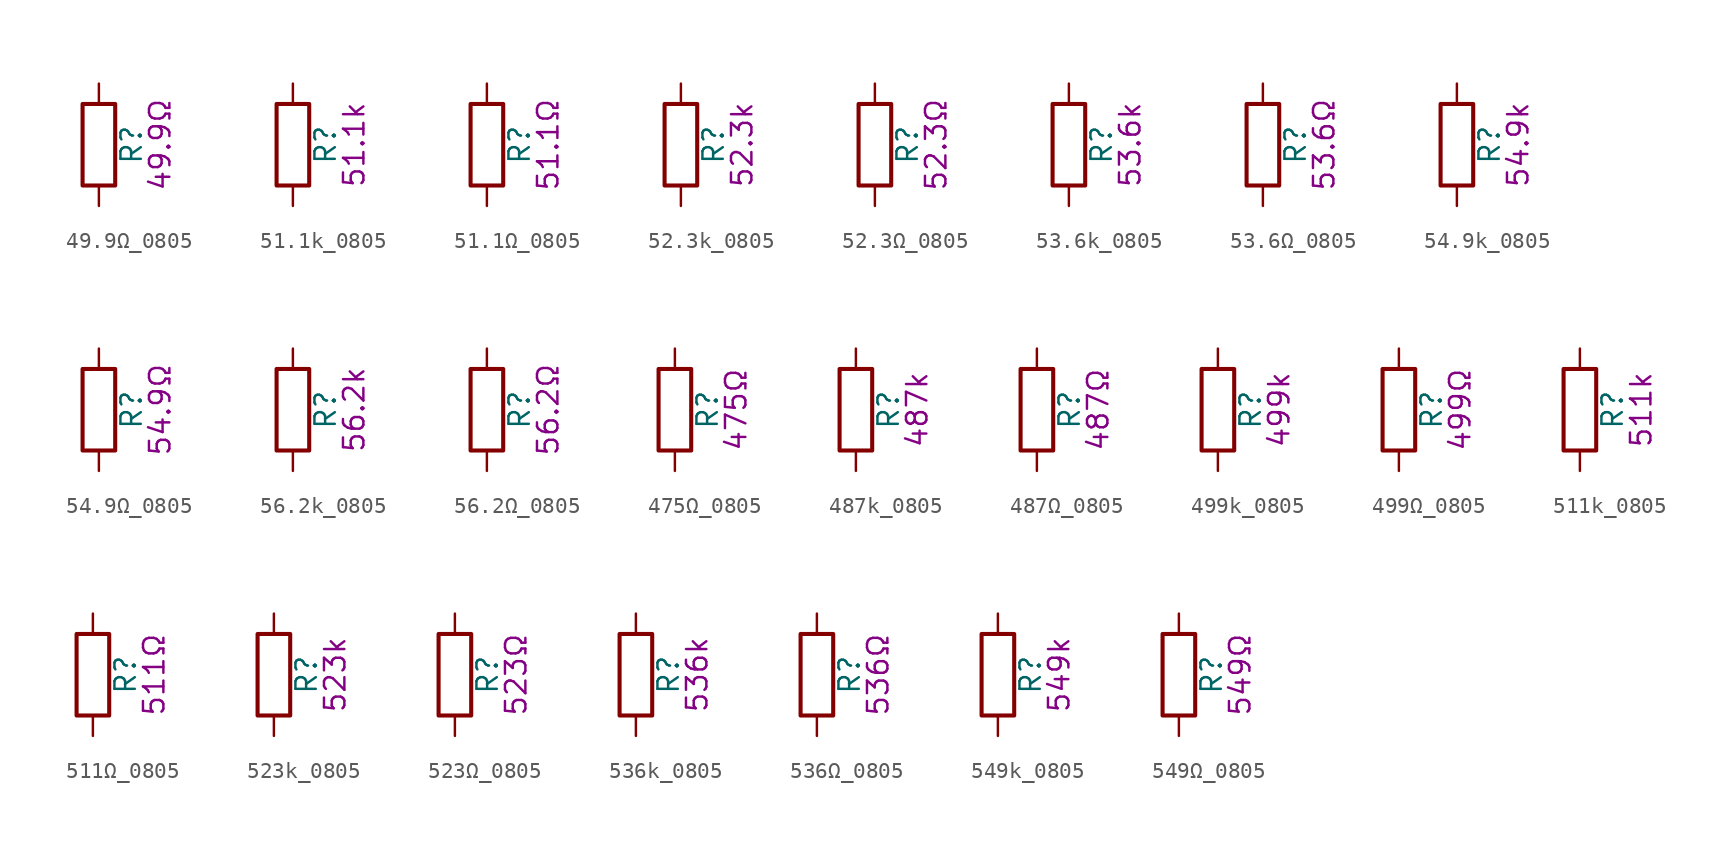
<source format=kicad_sym>
(kicad_symbol_lib
  (version 20211014)
  (generator kicad_symbol_editor)
  (symbol "49.9Ω_0805"
    (pin_numbers hide)
    (pin_names
      (offset 0))
    (property "Reference" "R"
      (at 2.032 0 90)
      (effects (font (size 1.27 1.27))))
    (property "Display" "49.9Ω"
      (at 3.81 0 90)
      (effects (font (size 1.27 1.27))))
    (symbol "49.9Ω_0805_0_1"
      (rectangle (start -1.016 -2.54) (end 1.016 2.54) (stroke (width 0.254) (type default) (color 0 0 0 0)) (fill (type none))))
    (symbol "49.9Ω_0805_1_1"
      (pin passive line (at 0 3.81 270) (length 1.27) (name "~" (effects (font (size 1.27 1.27)))) (number "1" (effects (font (size 1.27 1.27)))))
      (pin passive line (at 0 -3.81 90) (length 1.27) (name "~" (effects (font (size 1.27 1.27)))) (number "2" (effects (font (size 1.27 1.27)))))))
  (symbol "51.1k_0805"
    (pin_numbers hide)
    (pin_names
      (offset 0))
    (property "Reference" "R"
      (at 2.032 0 90)
      (effects (font (size 1.27 1.27))))
    (property "Display" "51.1k"
      (at 3.81 0 90)
      (effects (font (size 1.27 1.27))))
    (symbol "51.1k_0805_0_1"
      (rectangle (start -1.016 -2.54) (end 1.016 2.54) (stroke (width 0.254) (type default) (color 0 0 0 0)) (fill (type none))))
    (symbol "51.1k_0805_1_1"
      (pin passive line (at 0 3.81 270) (length 1.27) (name "~" (effects (font (size 1.27 1.27)))) (number "1" (effects (font (size 1.27 1.27)))))
      (pin passive line (at 0 -3.81 90) (length 1.27) (name "~" (effects (font (size 1.27 1.27)))) (number "2" (effects (font (size 1.27 1.27)))))))
  (symbol "51.1Ω_0805"
    (pin_numbers hide)
    (pin_names
      (offset 0))
    (property "Reference" "R"
      (at 2.032 0 90)
      (effects (font (size 1.27 1.27))))
    (property "Display" "51.1Ω"
      (at 3.81 0 90)
      (effects (font (size 1.27 1.27))))
    (symbol "51.1Ω_0805_0_1"
      (rectangle (start -1.016 -2.54) (end 1.016 2.54) (stroke (width 0.254) (type default) (color 0 0 0 0)) (fill (type none))))
    (symbol "51.1Ω_0805_1_1"
      (pin passive line (at 0 3.81 270) (length 1.27) (name "~" (effects (font (size 1.27 1.27)))) (number "1" (effects (font (size 1.27 1.27)))))
      (pin passive line (at 0 -3.81 90) (length 1.27) (name "~" (effects (font (size 1.27 1.27)))) (number "2" (effects (font (size 1.27 1.27)))))))
  (symbol "52.3k_0805"
    (pin_numbers hide)
    (pin_names
      (offset 0))
    (property "Reference" "R"
      (at 2.032 0 90)
      (effects (font (size 1.27 1.27))))
    (property "Display" "52.3k"
      (at 3.81 0 90)
      (effects (font (size 1.27 1.27))))
    (symbol "52.3k_0805_0_1"
      (rectangle (start -1.016 -2.54) (end 1.016 2.54) (stroke (width 0.254) (type default) (color 0 0 0 0)) (fill (type none))))
    (symbol "52.3k_0805_1_1"
      (pin passive line (at 0 3.81 270) (length 1.27) (name "~" (effects (font (size 1.27 1.27)))) (number "1" (effects (font (size 1.27 1.27)))))
      (pin passive line (at 0 -3.81 90) (length 1.27) (name "~" (effects (font (size 1.27 1.27)))) (number "2" (effects (font (size 1.27 1.27)))))))
  (symbol "52.3Ω_0805"
    (pin_numbers hide)
    (pin_names
      (offset 0))
    (property "Reference" "R"
      (at 2.032 0 90)
      (effects (font (size 1.27 1.27))))
    (property "Display" "52.3Ω"
      (at 3.81 0 90)
      (effects (font (size 1.27 1.27))))
    (symbol "52.3Ω_0805_0_1"
      (rectangle (start -1.016 -2.54) (end 1.016 2.54) (stroke (width 0.254) (type default) (color 0 0 0 0)) (fill (type none))))
    (symbol "52.3Ω_0805_1_1"
      (pin passive line (at 0 3.81 270) (length 1.27) (name "~" (effects (font (size 1.27 1.27)))) (number "1" (effects (font (size 1.27 1.27)))))
      (pin passive line (at 0 -3.81 90) (length 1.27) (name "~" (effects (font (size 1.27 1.27)))) (number "2" (effects (font (size 1.27 1.27)))))))
  (symbol "53.6k_0805"
    (pin_numbers hide)
    (pin_names
      (offset 0))
    (property "Reference" "R"
      (at 2.032 0 90)
      (effects (font (size 1.27 1.27))))
    (property "Display" "53.6k"
      (at 3.81 0 90)
      (effects (font (size 1.27 1.27))))
    (symbol "53.6k_0805_0_1"
      (rectangle (start -1.016 -2.54) (end 1.016 2.54) (stroke (width 0.254) (type default) (color 0 0 0 0)) (fill (type none))))
    (symbol "53.6k_0805_1_1"
      (pin passive line (at 0 3.81 270) (length 1.27) (name "~" (effects (font (size 1.27 1.27)))) (number "1" (effects (font (size 1.27 1.27)))))
      (pin passive line (at 0 -3.81 90) (length 1.27) (name "~" (effects (font (size 1.27 1.27)))) (number "2" (effects (font (size 1.27 1.27)))))))
  (symbol "53.6Ω_0805"
    (pin_numbers hide)
    (pin_names
      (offset 0))
    (property "Reference" "R"
      (at 2.032 0 90)
      (effects (font (size 1.27 1.27))))
    (property "Display" "53.6Ω"
      (at 3.81 0 90)
      (effects (font (size 1.27 1.27))))
    (symbol "53.6Ω_0805_0_1"
      (rectangle (start -1.016 -2.54) (end 1.016 2.54) (stroke (width 0.254) (type default) (color 0 0 0 0)) (fill (type none))))
    (symbol "53.6Ω_0805_1_1"
      (pin passive line (at 0 3.81 270) (length 1.27) (name "~" (effects (font (size 1.27 1.27)))) (number "1" (effects (font (size 1.27 1.27)))))
      (pin passive line (at 0 -3.81 90) (length 1.27) (name "~" (effects (font (size 1.27 1.27)))) (number "2" (effects (font (size 1.27 1.27)))))))
  (symbol "54.9k_0805"
    (pin_numbers hide)
    (pin_names
      (offset 0))
    (property "Reference" "R"
      (at 2.032 0 90)
      (effects (font (size 1.27 1.27))))
    (property "Display" "54.9k"
      (at 3.81 0 90)
      (effects (font (size 1.27 1.27))))
    (symbol "54.9k_0805_0_1"
      (rectangle (start -1.016 -2.54) (end 1.016 2.54) (stroke (width 0.254) (type default) (color 0 0 0 0)) (fill (type none))))
    (symbol "54.9k_0805_1_1"
      (pin passive line (at 0 3.81 270) (length 1.27) (name "~" (effects (font (size 1.27 1.27)))) (number "1" (effects (font (size 1.27 1.27)))))
      (pin passive line (at 0 -3.81 90) (length 1.27) (name "~" (effects (font (size 1.27 1.27)))) (number "2" (effects (font (size 1.27 1.27)))))))
  (symbol "54.9Ω_0805"
    (pin_numbers hide)
    (pin_names
      (offset 0))
    (property "Reference" "R"
      (at 2.032 0 90)
      (effects (font (size 1.27 1.27))))
    (property "Display" "54.9Ω"
      (at 3.81 0 90)
      (effects (font (size 1.27 1.27))))
    (symbol "54.9Ω_0805_0_1"
      (rectangle (start -1.016 -2.54) (end 1.016 2.54) (stroke (width 0.254) (type default) (color 0 0 0 0)) (fill (type none))))
    (symbol "54.9Ω_0805_1_1"
      (pin passive line (at 0 3.81 270) (length 1.27) (name "~" (effects (font (size 1.27 1.27)))) (number "1" (effects (font (size 1.27 1.27)))))
      (pin passive line (at 0 -3.81 90) (length 1.27) (name "~" (effects (font (size 1.27 1.27)))) (number "2" (effects (font (size 1.27 1.27)))))))
  (symbol "56.2k_0805"
    (pin_numbers hide)
    (pin_names
      (offset 0))
    (property "Reference" "R"
      (at 2.032 0 90)
      (effects (font (size 1.27 1.27))))
    (property "Display" "56.2k"
      (at 3.81 0 90)
      (effects (font (size 1.27 1.27))))
    (symbol "56.2k_0805_0_1"
      (rectangle (start -1.016 -2.54) (end 1.016 2.54) (stroke (width 0.254) (type default) (color 0 0 0 0)) (fill (type none))))
    (symbol "56.2k_0805_1_1"
      (pin passive line (at 0 3.81 270) (length 1.27) (name "~" (effects (font (size 1.27 1.27)))) (number "1" (effects (font (size 1.27 1.27)))))
      (pin passive line (at 0 -3.81 90) (length 1.27) (name "~" (effects (font (size 1.27 1.27)))) (number "2" (effects (font (size 1.27 1.27)))))))
  (symbol "56.2Ω_0805"
    (pin_numbers hide)
    (pin_names
      (offset 0))
    (property "Reference" "R"
      (at 2.032 0 90)
      (effects (font (size 1.27 1.27))))
    (property "Display" "56.2Ω"
      (at 3.81 0 90)
      (effects (font (size 1.27 1.27))))
    (symbol "56.2Ω_0805_0_1"
      (rectangle (start -1.016 -2.54) (end 1.016 2.54) (stroke (width 0.254) (type default) (color 0 0 0 0)) (fill (type none))))
    (symbol "56.2Ω_0805_1_1"
      (pin passive line (at 0 3.81 270) (length 1.27) (name "~" (effects (font (size 1.27 1.27)))) (number "1" (effects (font (size 1.27 1.27)))))
      (pin passive line (at 0 -3.81 90) (length 1.27) (name "~" (effects (font (size 1.27 1.27)))) (number "2" (effects (font (size 1.27 1.27)))))))
  (symbol "475Ω_0805"
    (pin_numbers hide)
    (pin_names
      (offset 0))
    (property "Reference" "R"
      (at 2.032 0 90)
      (effects (font (size 1.27 1.27))))
    (property "Display" "475Ω"
      (at 3.81 0 90)
      (effects (font (size 1.27 1.27))))
    (symbol "475Ω_0805_0_1"
      (rectangle (start -1.016 -2.54) (end 1.016 2.54) (stroke (width 0.254) (type default) (color 0 0 0 0)) (fill (type none))))
    (symbol "475Ω_0805_1_1"
      (pin passive line (at 0 3.81 270) (length 1.27) (name "~" (effects (font (size 1.27 1.27)))) (number "1" (effects (font (size 1.27 1.27)))))
      (pin passive line (at 0 -3.81 90) (length 1.27) (name "~" (effects (font (size 1.27 1.27)))) (number "2" (effects (font (size 1.27 1.27)))))))
  (symbol "487k_0805"
    (pin_numbers hide)
    (pin_names
      (offset 0))
    (property "Reference" "R"
      (at 2.032 0 90)
      (effects (font (size 1.27 1.27))))
    (property "Display" "487k"
      (at 3.81 0 90)
      (effects (font (size 1.27 1.27))))
    (symbol "487k_0805_0_1"
      (rectangle (start -1.016 -2.54) (end 1.016 2.54) (stroke (width 0.254) (type default) (color 0 0 0 0)) (fill (type none))))
    (symbol "487k_0805_1_1"
      (pin passive line (at 0 3.81 270) (length 1.27) (name "~" (effects (font (size 1.27 1.27)))) (number "1" (effects (font (size 1.27 1.27)))))
      (pin passive line (at 0 -3.81 90) (length 1.27) (name "~" (effects (font (size 1.27 1.27)))) (number "2" (effects (font (size 1.27 1.27)))))))
  (symbol "487Ω_0805"
    (pin_numbers hide)
    (pin_names
      (offset 0))
    (property "Reference" "R"
      (at 2.032 0 90)
      (effects (font (size 1.27 1.27))))
    (property "Display" "487Ω"
      (at 3.81 0 90)
      (effects (font (size 1.27 1.27))))
    (symbol "487Ω_0805_0_1"
      (rectangle (start -1.016 -2.54) (end 1.016 2.54) (stroke (width 0.254) (type default) (color 0 0 0 0)) (fill (type none))))
    (symbol "487Ω_0805_1_1"
      (pin passive line (at 0 3.81 270) (length 1.27) (name "~" (effects (font (size 1.27 1.27)))) (number "1" (effects (font (size 1.27 1.27)))))
      (pin passive line (at 0 -3.81 90) (length 1.27) (name "~" (effects (font (size 1.27 1.27)))) (number "2" (effects (font (size 1.27 1.27)))))))
  (symbol "499k_0805"
    (pin_numbers hide)
    (pin_names
      (offset 0))
    (property "Reference" "R"
      (at 2.032 0 90)
      (effects (font (size 1.27 1.27))))
    (property "Display" "499k"
      (at 3.81 0 90)
      (effects (font (size 1.27 1.27))))
    (symbol "499k_0805_0_1"
      (rectangle (start -1.016 -2.54) (end 1.016 2.54) (stroke (width 0.254) (type default) (color 0 0 0 0)) (fill (type none))))
    (symbol "499k_0805_1_1"
      (pin passive line (at 0 3.81 270) (length 1.27) (name "~" (effects (font (size 1.27 1.27)))) (number "1" (effects (font (size 1.27 1.27)))))
      (pin passive line (at 0 -3.81 90) (length 1.27) (name "~" (effects (font (size 1.27 1.27)))) (number "2" (effects (font (size 1.27 1.27)))))))
  (symbol "499Ω_0805"
    (pin_numbers hide)
    (pin_names
      (offset 0))
    (property "Reference" "R"
      (at 2.032 0 90)
      (effects (font (size 1.27 1.27))))
    (property "Display" "499Ω"
      (at 3.81 0 90)
      (effects (font (size 1.27 1.27))))
    (symbol "499Ω_0805_0_1"
      (rectangle (start -1.016 -2.54) (end 1.016 2.54) (stroke (width 0.254) (type default) (color 0 0 0 0)) (fill (type none))))
    (symbol "499Ω_0805_1_1"
      (pin passive line (at 0 3.81 270) (length 1.27) (name "~" (effects (font (size 1.27 1.27)))) (number "1" (effects (font (size 1.27 1.27)))))
      (pin passive line (at 0 -3.81 90) (length 1.27) (name "~" (effects (font (size 1.27 1.27)))) (number "2" (effects (font (size 1.27 1.27)))))))
  (symbol "511k_0805"
    (pin_numbers hide)
    (pin_names
      (offset 0))
    (property "Reference" "R"
      (at 2.032 0 90)
      (effects (font (size 1.27 1.27))))
    (property "Display" "511k"
      (at 3.81 0 90)
      (effects (font (size 1.27 1.27))))
    (symbol "511k_0805_0_1"
      (rectangle (start -1.016 -2.54) (end 1.016 2.54) (stroke (width 0.254) (type default) (color 0 0 0 0)) (fill (type none))))
    (symbol "511k_0805_1_1"
      (pin passive line (at 0 3.81 270) (length 1.27) (name "~" (effects (font (size 1.27 1.27)))) (number "1" (effects (font (size 1.27 1.27)))))
      (pin passive line (at 0 -3.81 90) (length 1.27) (name "~" (effects (font (size 1.27 1.27)))) (number "2" (effects (font (size 1.27 1.27)))))))
  (symbol "511Ω_0805"
    (pin_numbers hide)
    (pin_names
      (offset 0))
    (property "Reference" "R"
      (at 2.032 0 90)
      (effects (font (size 1.27 1.27))))
    (property "Display" "511Ω"
      (at 3.81 0 90)
      (effects (font (size 1.27 1.27))))
    (symbol "511Ω_0805_0_1"
      (rectangle (start -1.016 -2.54) (end 1.016 2.54) (stroke (width 0.254) (type default) (color 0 0 0 0)) (fill (type none))))
    (symbol "511Ω_0805_1_1"
      (pin passive line (at 0 3.81 270) (length 1.27) (name "~" (effects (font (size 1.27 1.27)))) (number "1" (effects (font (size 1.27 1.27)))))
      (pin passive line (at 0 -3.81 90) (length 1.27) (name "~" (effects (font (size 1.27 1.27)))) (number "2" (effects (font (size 1.27 1.27)))))))
  (symbol "523k_0805"
    (pin_numbers hide)
    (pin_names
      (offset 0))
    (property "Reference" "R"
      (at 2.032 0 90)
      (effects (font (size 1.27 1.27))))
    (property "Display" "523k"
      (at 3.81 0 90)
      (effects (font (size 1.27 1.27))))
    (symbol "523k_0805_0_1"
      (rectangle (start -1.016 -2.54) (end 1.016 2.54) (stroke (width 0.254) (type default) (color 0 0 0 0)) (fill (type none))))
    (symbol "523k_0805_1_1"
      (pin passive line (at 0 3.81 270) (length 1.27) (name "~" (effects (font (size 1.27 1.27)))) (number "1" (effects (font (size 1.27 1.27)))))
      (pin passive line (at 0 -3.81 90) (length 1.27) (name "~" (effects (font (size 1.27 1.27)))) (number "2" (effects (font (size 1.27 1.27)))))))
  (symbol "523Ω_0805"
    (pin_numbers hide)
    (pin_names
      (offset 0))
    (property "Reference" "R"
      (at 2.032 0 90)
      (effects (font (size 1.27 1.27))))
    (property "Display" "523Ω"
      (at 3.81 0 90)
      (effects (font (size 1.27 1.27))))
    (symbol "523Ω_0805_0_1"
      (rectangle (start -1.016 -2.54) (end 1.016 2.54) (stroke (width 0.254) (type default) (color 0 0 0 0)) (fill (type none))))
    (symbol "523Ω_0805_1_1"
      (pin passive line (at 0 3.81 270) (length 1.27) (name "~" (effects (font (size 1.27 1.27)))) (number "1" (effects (font (size 1.27 1.27)))))
      (pin passive line (at 0 -3.81 90) (length 1.27) (name "~" (effects (font (size 1.27 1.27)))) (number "2" (effects (font (size 1.27 1.27)))))))
  (symbol "536k_0805"
    (pin_numbers hide)
    (pin_names
      (offset 0))
    (property "Reference" "R"
      (at 2.032 0 90)
      (effects (font (size 1.27 1.27))))
    (property "Display" "536k"
      (at 3.81 0 90)
      (effects (font (size 1.27 1.27))))
    (symbol "536k_0805_0_1"
      (rectangle (start -1.016 -2.54) (end 1.016 2.54) (stroke (width 0.254) (type default) (color 0 0 0 0)) (fill (type none))))
    (symbol "536k_0805_1_1"
      (pin passive line (at 0 3.81 270) (length 1.27) (name "~" (effects (font (size 1.27 1.27)))) (number "1" (effects (font (size 1.27 1.27)))))
      (pin passive line (at 0 -3.81 90) (length 1.27) (name "~" (effects (font (size 1.27 1.27)))) (number "2" (effects (font (size 1.27 1.27)))))))
  (symbol "536Ω_0805"
    (pin_numbers hide)
    (pin_names
      (offset 0))
    (property "Reference" "R"
      (at 2.032 0 90)
      (effects (font (size 1.27 1.27))))
    (property "Display" "536Ω"
      (at 3.81 0 90)
      (effects (font (size 1.27 1.27))))
    (symbol "536Ω_0805_0_1"
      (rectangle (start -1.016 -2.54) (end 1.016 2.54) (stroke (width 0.254) (type default) (color 0 0 0 0)) (fill (type none))))
    (symbol "536Ω_0805_1_1"
      (pin passive line (at 0 3.81 270) (length 1.27) (name "~" (effects (font (size 1.27 1.27)))) (number "1" (effects (font (size 1.27 1.27)))))
      (pin passive line (at 0 -3.81 90) (length 1.27) (name "~" (effects (font (size 1.27 1.27)))) (number "2" (effects (font (size 1.27 1.27)))))))
  (symbol "549k_0805"
    (pin_numbers hide)
    (pin_names
      (offset 0))
    (property "Reference" "R"
      (at 2.032 0 90)
      (effects (font (size 1.27 1.27))))
    (property "Display" "549k"
      (at 3.81 0 90)
      (effects (font (size 1.27 1.27))))
    (symbol "549k_0805_0_1"
      (rectangle (start -1.016 -2.54) (end 1.016 2.54) (stroke (width 0.254) (type default) (color 0 0 0 0)) (fill (type none))))
    (symbol "549k_0805_1_1"
      (pin passive line (at 0 3.81 270) (length 1.27) (name "~" (effects (font (size 1.27 1.27)))) (number "1" (effects (font (size 1.27 1.27)))))
      (pin passive line (at 0 -3.81 90) (length 1.27) (name "~" (effects (font (size 1.27 1.27)))) (number "2" (effects (font (size 1.27 1.27)))))))
  (symbol "549Ω_0805"
    (pin_numbers hide)
    (pin_names
      (offset 0))
    (property "Reference" "R"
      (at 2.032 0 90)
      (effects (font (size 1.27 1.27))))
    (property "Display" "549Ω"
      (at 3.81 0 90)
      (effects (font (size 1.27 1.27))))
    (symbol "549Ω_0805_0_1"
      (rectangle (start -1.016 -2.54) (end 1.016 2.54) (stroke (width 0.254) (type default) (color 0 0 0 0)) (fill (type none))))
    (symbol "549Ω_0805_1_1"
      (pin passive line (at 0 3.81 270) (length 1.27) (name "~" (effects (font (size 1.27 1.27)))) (number "1" (effects (font (size 1.27 1.27)))))
      (pin passive line (at 0 -3.81 90) (length 1.27) (name "~" (effects (font (size 1.27 1.27)))) (number "2" (effects (font (size 1.27 1.27))))))))
</source>
